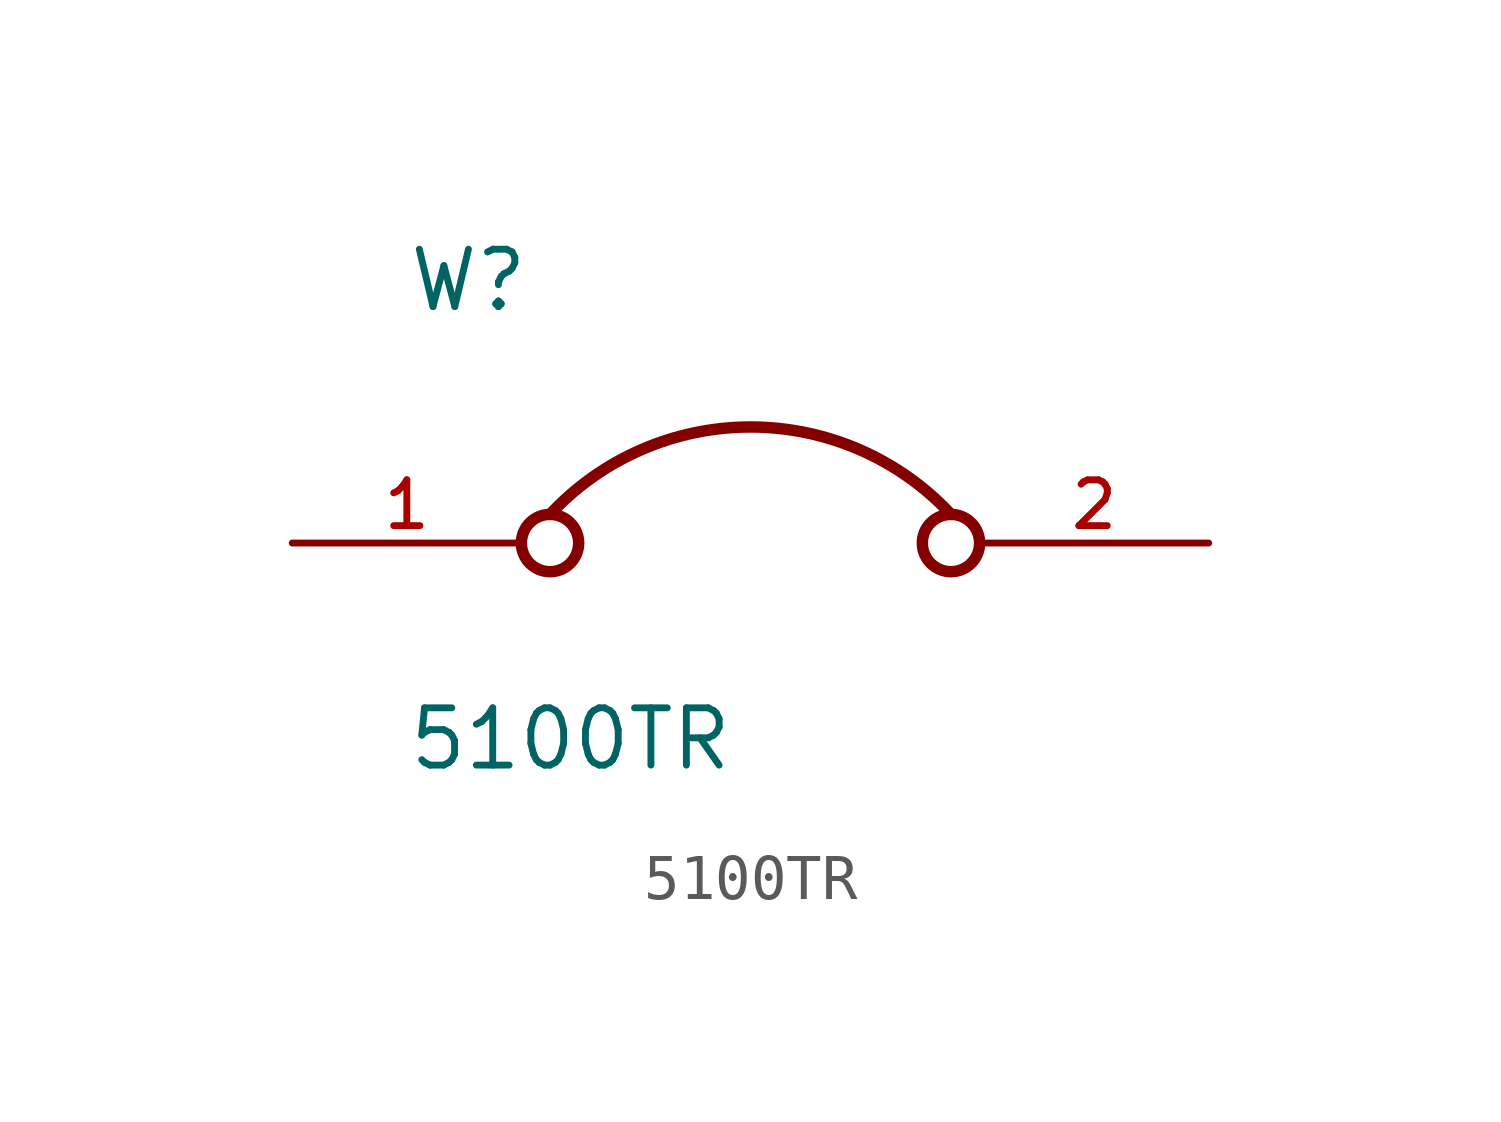
<source format=kicad_sym>
(kicad_symbol_lib
  (version 20211014)
  (generator kicad_symbol_editor)
  (symbol "5100TR"
    (pin_names
      (offset 1.016))
    (property "Reference" "W"
      (at -7.624 5.081 0)
      (effects (font (size 1.27 1.27)) (justify bottom left)))
    (property "Value" "5100TR"
      (at -7.63 -5.087 0)
      (effects (font (size 1.27 1.27)) (justify bottom left)))
    (symbol "5100TR_0_0"
      (circle (center -4.445 0.0) (radius 0.635) (stroke (width 0.254)) (fill (type none)))
      (circle (center 4.445 0.0) (radius 0.635) (stroke (width 0.254)) (fill (type none)))
      (arc (start 4.445 0.635) (mid -0.0128 2.5733) (end -4.445 0.635) (stroke (width 0.254) (type default) (color 0 0 0 0)) (fill (type none)))
      (pin passive line (at -10.16 0.0 0) (length 5.08) (name "~" (effects (font (size 1.016 1.016)))) (number "1" (effects (font (size 1.016 1.016)))))
      (pin passive line (at 10.16 0.0 180.0) (length 5.08) (name "~" (effects (font (size 1.016 1.016)))) (number "2" (effects (font (size 1.016 1.016))))))))
</source>
